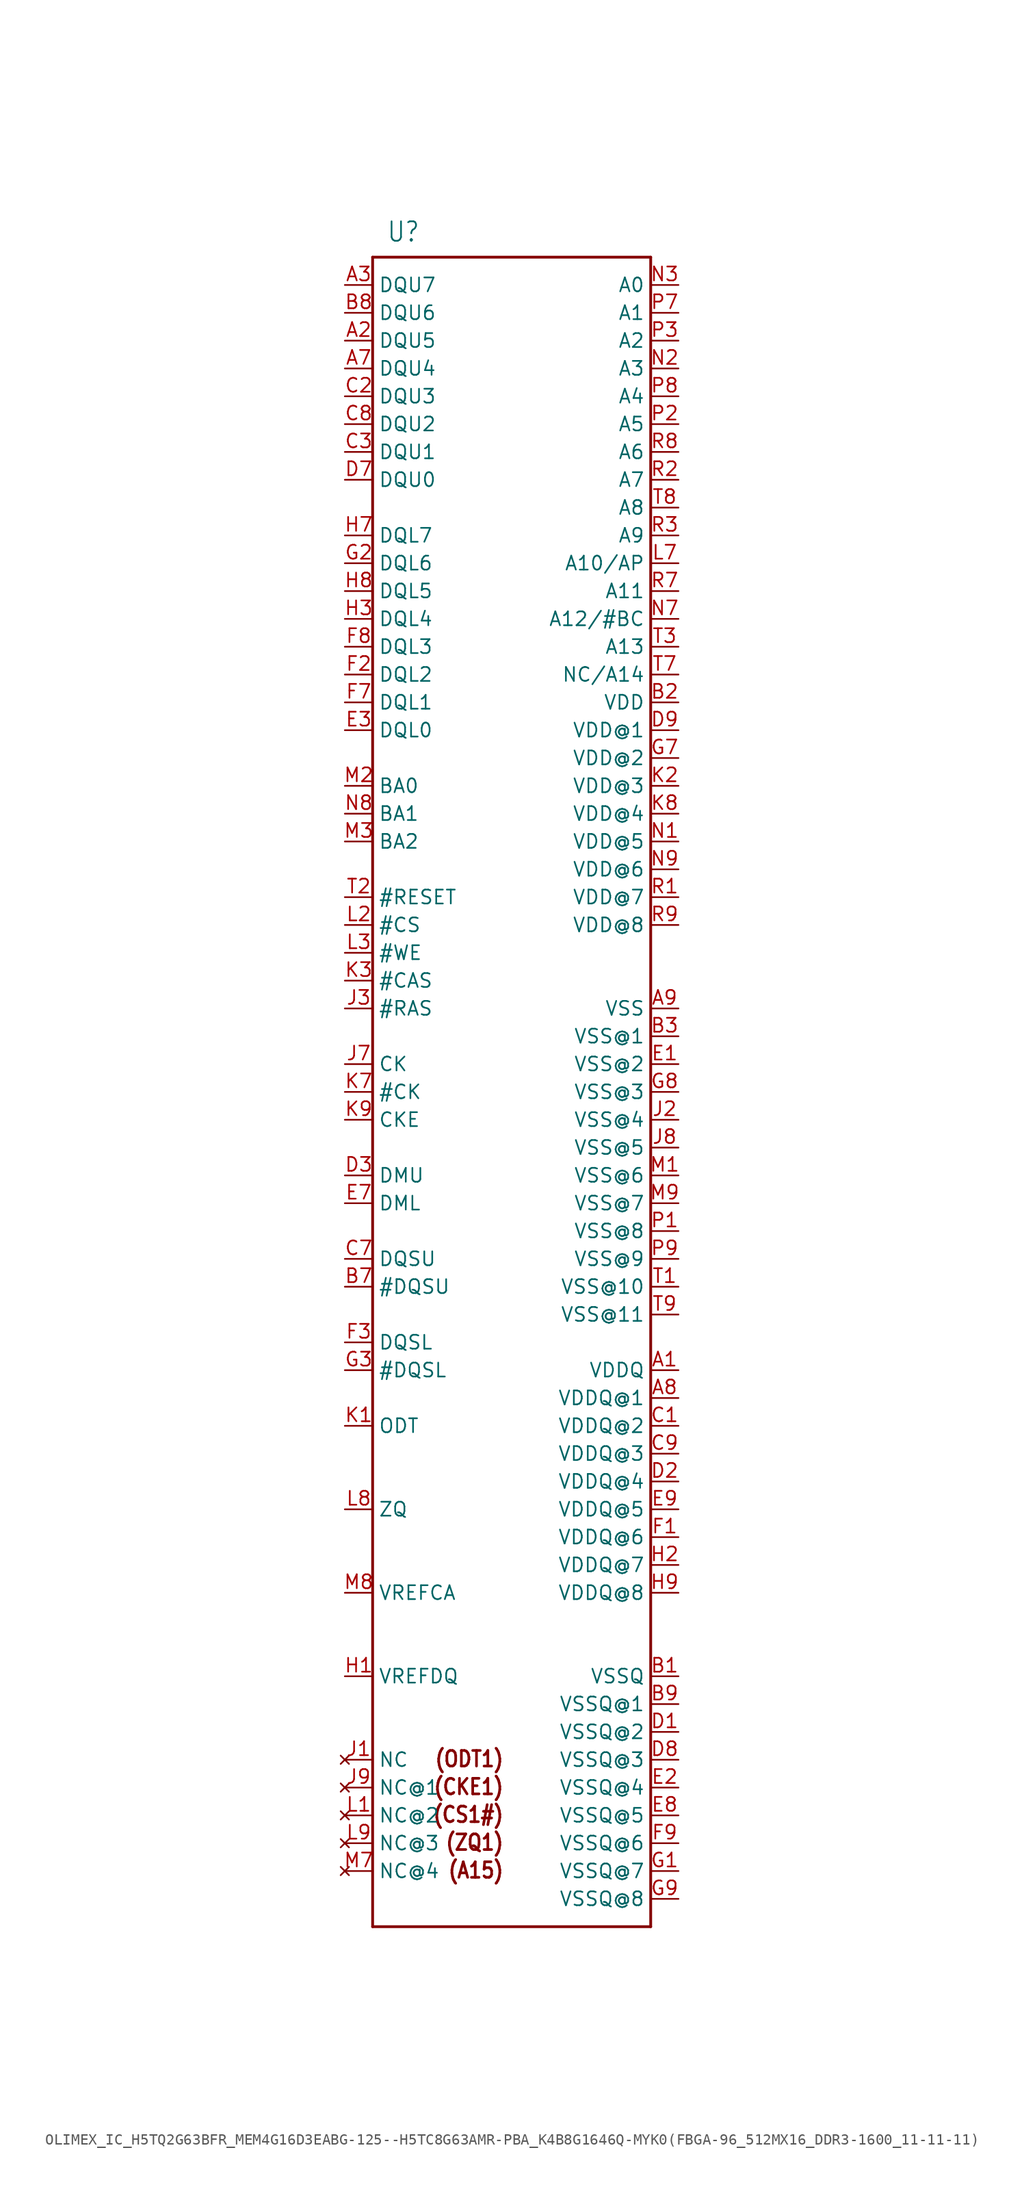
<source format=kicad_sym>
(kicad_symbol_lib
  (version 20231120)
  (generator "kicad_symbol_editor")
  (generator_version "8.0")
  (symbol "OLIMEX_IC_H5TQ2G63BFR_MEM4G16D3EABG-125--H5TC8G63AMR-PBA_K4B8G1646Q-MYK0(FBGA-96_512MX16_DDR3-1600_11-11-11)"
    (property "Reference" "U"
      (at -11.43 80.01 0)
      (effects (font (size 1.778 1.511)) (justify left bottom)))
    (property "Value" ""
      (at -11.43 -76.2 0)
      (effects (font (size 1.778 1.511)) (justify left bottom)))
    (property "ki_locked" ""
      (at 0 0 0)
      (effects (font (size 1.27 1.27))))
    (symbol "OLIMEX_IC_H5TQ2G63BFR_MEM4G16D3EABG-125--H5TC8G63AMR-PBA_K4B8G1646Q-MYK0(FBGA-96_512MX16_DDR3-1600_11-11-11)_1_0"
      (polyline (pts (xy -12.7 -73.66) (xy 12.7 -73.66)) (stroke (width 0.254) (type solid)) (fill (type none)))
      (polyline (pts (xy -12.7 78.74) (xy -12.7 -73.66)) (stroke (width 0.254) (type solid)) (fill (type none)))
      (polyline (pts (xy 12.7 -73.66) (xy 12.7 78.74)) (stroke (width 0.254) (type solid)) (fill (type none)))
      (polyline (pts (xy 12.7 78.74) (xy -12.7 78.74)) (stroke (width 0.254) (type solid)) (fill (type none)))
      (text "(A15)" (at -0.635 -69.342 0) (effects (font (size 1.422 1.209) (thickness 0.242) (bold yes)) (justify right bottom)))
      (text "(CKE1)" (at -0.635 -61.722 0) (effects (font (size 1.422 1.209) (thickness 0.242) (bold yes)) (justify right bottom)))
      (text "(CS1#)" (at -0.635 -64.262 0) (effects (font (size 1.422 1.209) (thickness 0.242) (bold yes)) (justify right bottom)))
      (text "(ODT1)" (at -0.635 -59.182 0) (effects (font (size 1.422 1.209) (thickness 0.242) (bold yes)) (justify right bottom)))
      (text "(ZQ1)" (at -0.635 -66.802 0) (effects (font (size 1.422 1.209) (thickness 0.242) (bold yes)) (justify right bottom)))
      (pin input line (at 15.24 -22.86 180) (length 2.54) (name "VDDQ" (effects (font (size 1.27 1.27)))) (number "A1" (effects (font (size 1.27 1.27)))))
      (pin bidirectional line (at -15.24 71.12 0) (length 2.54) (name "DQU5" (effects (font (size 1.27 1.27)))) (number "A2" (effects (font (size 1.27 1.27)))))
      (pin bidirectional line (at -15.24 76.2 0) (length 2.54) (name "DQU7" (effects (font (size 1.27 1.27)))) (number "A3" (effects (font (size 1.27 1.27)))))
      (pin bidirectional line (at -15.24 68.58 0) (length 2.54) (name "DQU4" (effects (font (size 1.27 1.27)))) (number "A7" (effects (font (size 1.27 1.27)))))
      (pin input line (at 15.24 -25.4 180) (length 2.54) (name "VDDQ@1" (effects (font (size 1.27 1.27)))) (number "A8" (effects (font (size 1.27 1.27)))))
      (pin input line (at 15.24 10.16 180) (length 2.54) (name "VSS" (effects (font (size 1.27 1.27)))) (number "A9" (effects (font (size 1.27 1.27)))))
      (pin input line (at 15.24 -50.8 180) (length 2.54) (name "VSSQ" (effects (font (size 1.27 1.27)))) (number "B1" (effects (font (size 1.27 1.27)))))
      (pin input line (at 15.24 38.1 180) (length 2.54) (name "VDD" (effects (font (size 1.27 1.27)))) (number "B2" (effects (font (size 1.27 1.27)))))
      (pin input line (at 15.24 7.62 180) (length 2.54) (name "VSS@1" (effects (font (size 1.27 1.27)))) (number "B3" (effects (font (size 1.27 1.27)))))
      (pin input line (at -15.24 -15.24 0) (length 2.54) (name "#DQSU" (effects (font (size 1.27 1.27)))) (number "B7" (effects (font (size 1.27 1.27)))))
      (pin bidirectional line (at -15.24 73.66 0) (length 2.54) (name "DQU6" (effects (font (size 1.27 1.27)))) (number "B8" (effects (font (size 1.27 1.27)))))
      (pin input line (at 15.24 -53.34 180) (length 2.54) (name "VSSQ@1" (effects (font (size 1.27 1.27)))) (number "B9" (effects (font (size 1.27 1.27)))))
      (pin input line (at 15.24 -27.94 180) (length 2.54) (name "VDDQ@2" (effects (font (size 1.27 1.27)))) (number "C1" (effects (font (size 1.27 1.27)))))
      (pin bidirectional line (at -15.24 66.04 0) (length 2.54) (name "DQU3" (effects (font (size 1.27 1.27)))) (number "C2" (effects (font (size 1.27 1.27)))))
      (pin bidirectional line (at -15.24 60.96 0) (length 2.54) (name "DQU1" (effects (font (size 1.27 1.27)))) (number "C3" (effects (font (size 1.27 1.27)))))
      (pin input line (at -15.24 -12.7 0) (length 2.54) (name "DQSU" (effects (font (size 1.27 1.27)))) (number "C7" (effects (font (size 1.27 1.27)))))
      (pin bidirectional line (at -15.24 63.5 0) (length 2.54) (name "DQU2" (effects (font (size 1.27 1.27)))) (number "C8" (effects (font (size 1.27 1.27)))))
      (pin input line (at 15.24 -30.48 180) (length 2.54) (name "VDDQ@3" (effects (font (size 1.27 1.27)))) (number "C9" (effects (font (size 1.27 1.27)))))
      (pin input line (at 15.24 -55.88 180) (length 2.54) (name "VSSQ@2" (effects (font (size 1.27 1.27)))) (number "D1" (effects (font (size 1.27 1.27)))))
      (pin input line (at 15.24 -33.02 180) (length 2.54) (name "VDDQ@4" (effects (font (size 1.27 1.27)))) (number "D2" (effects (font (size 1.27 1.27)))))
      (pin input line (at -15.24 -5.08 0) (length 2.54) (name "DMU" (effects (font (size 1.27 1.27)))) (number "D3" (effects (font (size 1.27 1.27)))))
      (pin bidirectional line (at -15.24 58.42 0) (length 2.54) (name "DQU0" (effects (font (size 1.27 1.27)))) (number "D7" (effects (font (size 1.27 1.27)))))
      (pin input line (at 15.24 -58.42 180) (length 2.54) (name "VSSQ@3" (effects (font (size 1.27 1.27)))) (number "D8" (effects (font (size 1.27 1.27)))))
      (pin input line (at 15.24 35.56 180) (length 2.54) (name "VDD@1" (effects (font (size 1.27 1.27)))) (number "D9" (effects (font (size 1.27 1.27)))))
      (pin input line (at 15.24 5.08 180) (length 2.54) (name "VSS@2" (effects (font (size 1.27 1.27)))) (number "E1" (effects (font (size 1.27 1.27)))))
      (pin input line (at 15.24 -60.96 180) (length 2.54) (name "VSSQ@4" (effects (font (size 1.27 1.27)))) (number "E2" (effects (font (size 1.27 1.27)))))
      (pin bidirectional line (at -15.24 35.56 0) (length 2.54) (name "DQL0" (effects (font (size 1.27 1.27)))) (number "E3" (effects (font (size 1.27 1.27)))))
      (pin input line (at -15.24 -7.62 0) (length 2.54) (name "DML" (effects (font (size 1.27 1.27)))) (number "E7" (effects (font (size 1.27 1.27)))))
      (pin input line (at 15.24 -63.5 180) (length 2.54) (name "VSSQ@5" (effects (font (size 1.27 1.27)))) (number "E8" (effects (font (size 1.27 1.27)))))
      (pin input line (at 15.24 -35.56 180) (length 2.54) (name "VDDQ@5" (effects (font (size 1.27 1.27)))) (number "E9" (effects (font (size 1.27 1.27)))))
      (pin input line (at 15.24 -38.1 180) (length 2.54) (name "VDDQ@6" (effects (font (size 1.27 1.27)))) (number "F1" (effects (font (size 1.27 1.27)))))
      (pin bidirectional line (at -15.24 40.64 0) (length 2.54) (name "DQL2" (effects (font (size 1.27 1.27)))) (number "F2" (effects (font (size 1.27 1.27)))))
      (pin input line (at -15.24 -20.32 0) (length 2.54) (name "DQSL" (effects (font (size 1.27 1.27)))) (number "F3" (effects (font (size 1.27 1.27)))))
      (pin bidirectional line (at -15.24 38.1 0) (length 2.54) (name "DQL1" (effects (font (size 1.27 1.27)))) (number "F7" (effects (font (size 1.27 1.27)))))
      (pin bidirectional line (at -15.24 43.18 0) (length 2.54) (name "DQL3" (effects (font (size 1.27 1.27)))) (number "F8" (effects (font (size 1.27 1.27)))))
      (pin input line (at 15.24 -66.04 180) (length 2.54) (name "VSSQ@6" (effects (font (size 1.27 1.27)))) (number "F9" (effects (font (size 1.27 1.27)))))
      (pin input line (at 15.24 -68.58 180) (length 2.54) (name "VSSQ@7" (effects (font (size 1.27 1.27)))) (number "G1" (effects (font (size 1.27 1.27)))))
      (pin bidirectional line (at -15.24 50.8 0) (length 2.54) (name "DQL6" (effects (font (size 1.27 1.27)))) (number "G2" (effects (font (size 1.27 1.27)))))
      (pin input line (at -15.24 -22.86 0) (length 2.54) (name "#DQSL" (effects (font (size 1.27 1.27)))) (number "G3" (effects (font (size 1.27 1.27)))))
      (pin input line (at 15.24 33.02 180) (length 2.54) (name "VDD@2" (effects (font (size 1.27 1.27)))) (number "G7" (effects (font (size 1.27 1.27)))))
      (pin input line (at 15.24 2.54 180) (length 2.54) (name "VSS@3" (effects (font (size 1.27 1.27)))) (number "G8" (effects (font (size 1.27 1.27)))))
      (pin input line (at 15.24 -71.12 180) (length 2.54) (name "VSSQ@8" (effects (font (size 1.27 1.27)))) (number "G9" (effects (font (size 1.27 1.27)))))
      (pin input line (at -15.24 -50.8 0) (length 2.54) (name "VREFDQ" (effects (font (size 1.27 1.27)))) (number "H1" (effects (font (size 1.27 1.27)))))
      (pin input line (at 15.24 -40.64 180) (length 2.54) (name "VDDQ@7" (effects (font (size 1.27 1.27)))) (number "H2" (effects (font (size 1.27 1.27)))))
      (pin bidirectional line (at -15.24 45.72 0) (length 2.54) (name "DQL4" (effects (font (size 1.27 1.27)))) (number "H3" (effects (font (size 1.27 1.27)))))
      (pin bidirectional line (at -15.24 53.34 0) (length 2.54) (name "DQL7" (effects (font (size 1.27 1.27)))) (number "H7" (effects (font (size 1.27 1.27)))))
      (pin bidirectional line (at -15.24 48.26 0) (length 2.54) (name "DQL5" (effects (font (size 1.27 1.27)))) (number "H8" (effects (font (size 1.27 1.27)))))
      (pin input line (at 15.24 -43.18 180) (length 2.54) (name "VDDQ@8" (effects (font (size 1.27 1.27)))) (number "H9" (effects (font (size 1.27 1.27)))))
      (pin no_connect line (at -15.24 -58.42 0) (length 2.54) (name "NC" (effects (font (size 1.27 1.27)))) (number "J1" (effects (font (size 1.27 1.27)))))
      (pin input line (at 15.24 0 180) (length 2.54) (name "VSS@4" (effects (font (size 1.27 1.27)))) (number "J2" (effects (font (size 1.27 1.27)))))
      (pin input line (at -15.24 10.16 0) (length 2.54) (name "#RAS" (effects (font (size 1.27 1.27)))) (number "J3" (effects (font (size 1.27 1.27)))))
      (pin input line (at -15.24 5.08 0) (length 2.54) (name "CK" (effects (font (size 1.27 1.27)))) (number "J7" (effects (font (size 1.27 1.27)))))
      (pin input line (at 15.24 -2.54 180) (length 2.54) (name "VSS@5" (effects (font (size 1.27 1.27)))) (number "J8" (effects (font (size 1.27 1.27)))))
      (pin no_connect line (at -15.24 -60.96 0) (length 2.54) (name "NC@1" (effects (font (size 1.27 1.27)))) (number "J9" (effects (font (size 1.27 1.27)))))
      (pin input line (at -15.24 -27.94 0) (length 2.54) (name "ODT" (effects (font (size 1.27 1.27)))) (number "K1" (effects (font (size 1.27 1.27)))))
      (pin input line (at 15.24 30.48 180) (length 2.54) (name "VDD@3" (effects (font (size 1.27 1.27)))) (number "K2" (effects (font (size 1.27 1.27)))))
      (pin input line (at -15.24 12.7 0) (length 2.54) (name "#CAS" (effects (font (size 1.27 1.27)))) (number "K3" (effects (font (size 1.27 1.27)))))
      (pin input line (at -15.24 2.54 0) (length 2.54) (name "#CK" (effects (font (size 1.27 1.27)))) (number "K7" (effects (font (size 1.27 1.27)))))
      (pin input line (at 15.24 27.94 180) (length 2.54) (name "VDD@4" (effects (font (size 1.27 1.27)))) (number "K8" (effects (font (size 1.27 1.27)))))
      (pin input line (at -15.24 0 0) (length 2.54) (name "CKE" (effects (font (size 1.27 1.27)))) (number "K9" (effects (font (size 1.27 1.27)))))
      (pin no_connect line (at -15.24 -63.5 0) (length 2.54) (name "NC@2" (effects (font (size 1.27 1.27)))) (number "L1" (effects (font (size 1.27 1.27)))))
      (pin input line (at -15.24 17.78 0) (length 2.54) (name "#CS" (effects (font (size 1.27 1.27)))) (number "L2" (effects (font (size 1.27 1.27)))))
      (pin input line (at -15.24 15.24 0) (length 2.54) (name "#WE" (effects (font (size 1.27 1.27)))) (number "L3" (effects (font (size 1.27 1.27)))))
      (pin input line (at 15.24 50.8 180) (length 2.54) (name "A10/AP" (effects (font (size 1.27 1.27)))) (number "L7" (effects (font (size 1.27 1.27)))))
      (pin input line (at -15.24 -35.56 0) (length 2.54) (name "ZQ" (effects (font (size 1.27 1.27)))) (number "L8" (effects (font (size 1.27 1.27)))))
      (pin no_connect line (at -15.24 -66.04 0) (length 2.54) (name "NC@3" (effects (font (size 1.27 1.27)))) (number "L9" (effects (font (size 1.27 1.27)))))
      (pin input line (at 15.24 -5.08 180) (length 2.54) (name "VSS@6" (effects (font (size 1.27 1.27)))) (number "M1" (effects (font (size 1.27 1.27)))))
      (pin input line (at -15.24 30.48 0) (length 2.54) (name "BA0" (effects (font (size 1.27 1.27)))) (number "M2" (effects (font (size 1.27 1.27)))))
      (pin input line (at -15.24 25.4 0) (length 2.54) (name "BA2" (effects (font (size 1.27 1.27)))) (number "M3" (effects (font (size 1.27 1.27)))))
      (pin no_connect line (at -15.24 -68.58 0) (length 2.54) (name "NC@4" (effects (font (size 1.27 1.27)))) (number "M7" (effects (font (size 1.27 1.27)))))
      (pin input line (at -15.24 -43.18 0) (length 2.54) (name "VREFCA" (effects (font (size 1.27 1.27)))) (number "M8" (effects (font (size 1.27 1.27)))))
      (pin input line (at 15.24 -7.62 180) (length 2.54) (name "VSS@7" (effects (font (size 1.27 1.27)))) (number "M9" (effects (font (size 1.27 1.27)))))
      (pin input line (at 15.24 25.4 180) (length 2.54) (name "VDD@5" (effects (font (size 1.27 1.27)))) (number "N1" (effects (font (size 1.27 1.27)))))
      (pin input line (at 15.24 68.58 180) (length 2.54) (name "A3" (effects (font (size 1.27 1.27)))) (number "N2" (effects (font (size 1.27 1.27)))))
      (pin input line (at 15.24 76.2 180) (length 2.54) (name "A0" (effects (font (size 1.27 1.27)))) (number "N3" (effects (font (size 1.27 1.27)))))
      (pin input line (at 15.24 45.72 180) (length 2.54) (name "A12/#BC" (effects (font (size 1.27 1.27)))) (number "N7" (effects (font (size 1.27 1.27)))))
      (pin input line (at -15.24 27.94 0) (length 2.54) (name "BA1" (effects (font (size 1.27 1.27)))) (number "N8" (effects (font (size 1.27 1.27)))))
      (pin input line (at 15.24 22.86 180) (length 2.54) (name "VDD@6" (effects (font (size 1.27 1.27)))) (number "N9" (effects (font (size 1.27 1.27)))))
      (pin input line (at 15.24 -10.16 180) (length 2.54) (name "VSS@8" (effects (font (size 1.27 1.27)))) (number "P1" (effects (font (size 1.27 1.27)))))
      (pin input line (at 15.24 63.5 180) (length 2.54) (name "A5" (effects (font (size 1.27 1.27)))) (number "P2" (effects (font (size 1.27 1.27)))))
      (pin input line (at 15.24 71.12 180) (length 2.54) (name "A2" (effects (font (size 1.27 1.27)))) (number "P3" (effects (font (size 1.27 1.27)))))
      (pin input line (at 15.24 73.66 180) (length 2.54) (name "A1" (effects (font (size 1.27 1.27)))) (number "P7" (effects (font (size 1.27 1.27)))))
      (pin input line (at 15.24 66.04 180) (length 2.54) (name "A4" (effects (font (size 1.27 1.27)))) (number "P8" (effects (font (size 1.27 1.27)))))
      (pin input line (at 15.24 -12.7 180) (length 2.54) (name "VSS@9" (effects (font (size 1.27 1.27)))) (number "P9" (effects (font (size 1.27 1.27)))))
      (pin input line (at 15.24 20.32 180) (length 2.54) (name "VDD@7" (effects (font (size 1.27 1.27)))) (number "R1" (effects (font (size 1.27 1.27)))))
      (pin input line (at 15.24 58.42 180) (length 2.54) (name "A7" (effects (font (size 1.27 1.27)))) (number "R2" (effects (font (size 1.27 1.27)))))
      (pin input line (at 15.24 53.34 180) (length 2.54) (name "A9" (effects (font (size 1.27 1.27)))) (number "R3" (effects (font (size 1.27 1.27)))))
      (pin input line (at 15.24 48.26 180) (length 2.54) (name "A11" (effects (font (size 1.27 1.27)))) (number "R7" (effects (font (size 1.27 1.27)))))
      (pin input line (at 15.24 60.96 180) (length 2.54) (name "A6" (effects (font (size 1.27 1.27)))) (number "R8" (effects (font (size 1.27 1.27)))))
      (pin input line (at 15.24 17.78 180) (length 2.54) (name "VDD@8" (effects (font (size 1.27 1.27)))) (number "R9" (effects (font (size 1.27 1.27)))))
      (pin input line (at 15.24 -15.24 180) (length 2.54) (name "VSS@10" (effects (font (size 1.27 1.27)))) (number "T1" (effects (font (size 1.27 1.27)))))
      (pin input line (at -15.24 20.32 0) (length 2.54) (name "#RESET" (effects (font (size 1.27 1.27)))) (number "T2" (effects (font (size 1.27 1.27)))))
      (pin input line (at 15.24 43.18 180) (length 2.54) (name "A13" (effects (font (size 1.27 1.27)))) (number "T3" (effects (font (size 1.27 1.27)))))
      (pin input line (at 15.24 40.64 180) (length 2.54) (name "NC/A14" (effects (font (size 1.27 1.27)))) (number "T7" (effects (font (size 1.27 1.27)))))
      (pin input line (at 15.24 55.88 180) (length 2.54) (name "A8" (effects (font (size 1.27 1.27)))) (number "T8" (effects (font (size 1.27 1.27)))))
      (pin input line (at 15.24 -17.78 180) (length 2.54) (name "VSS@11" (effects (font (size 1.27 1.27)))) (number "T9" (effects (font (size 1.27 1.27))))))))
</source>
